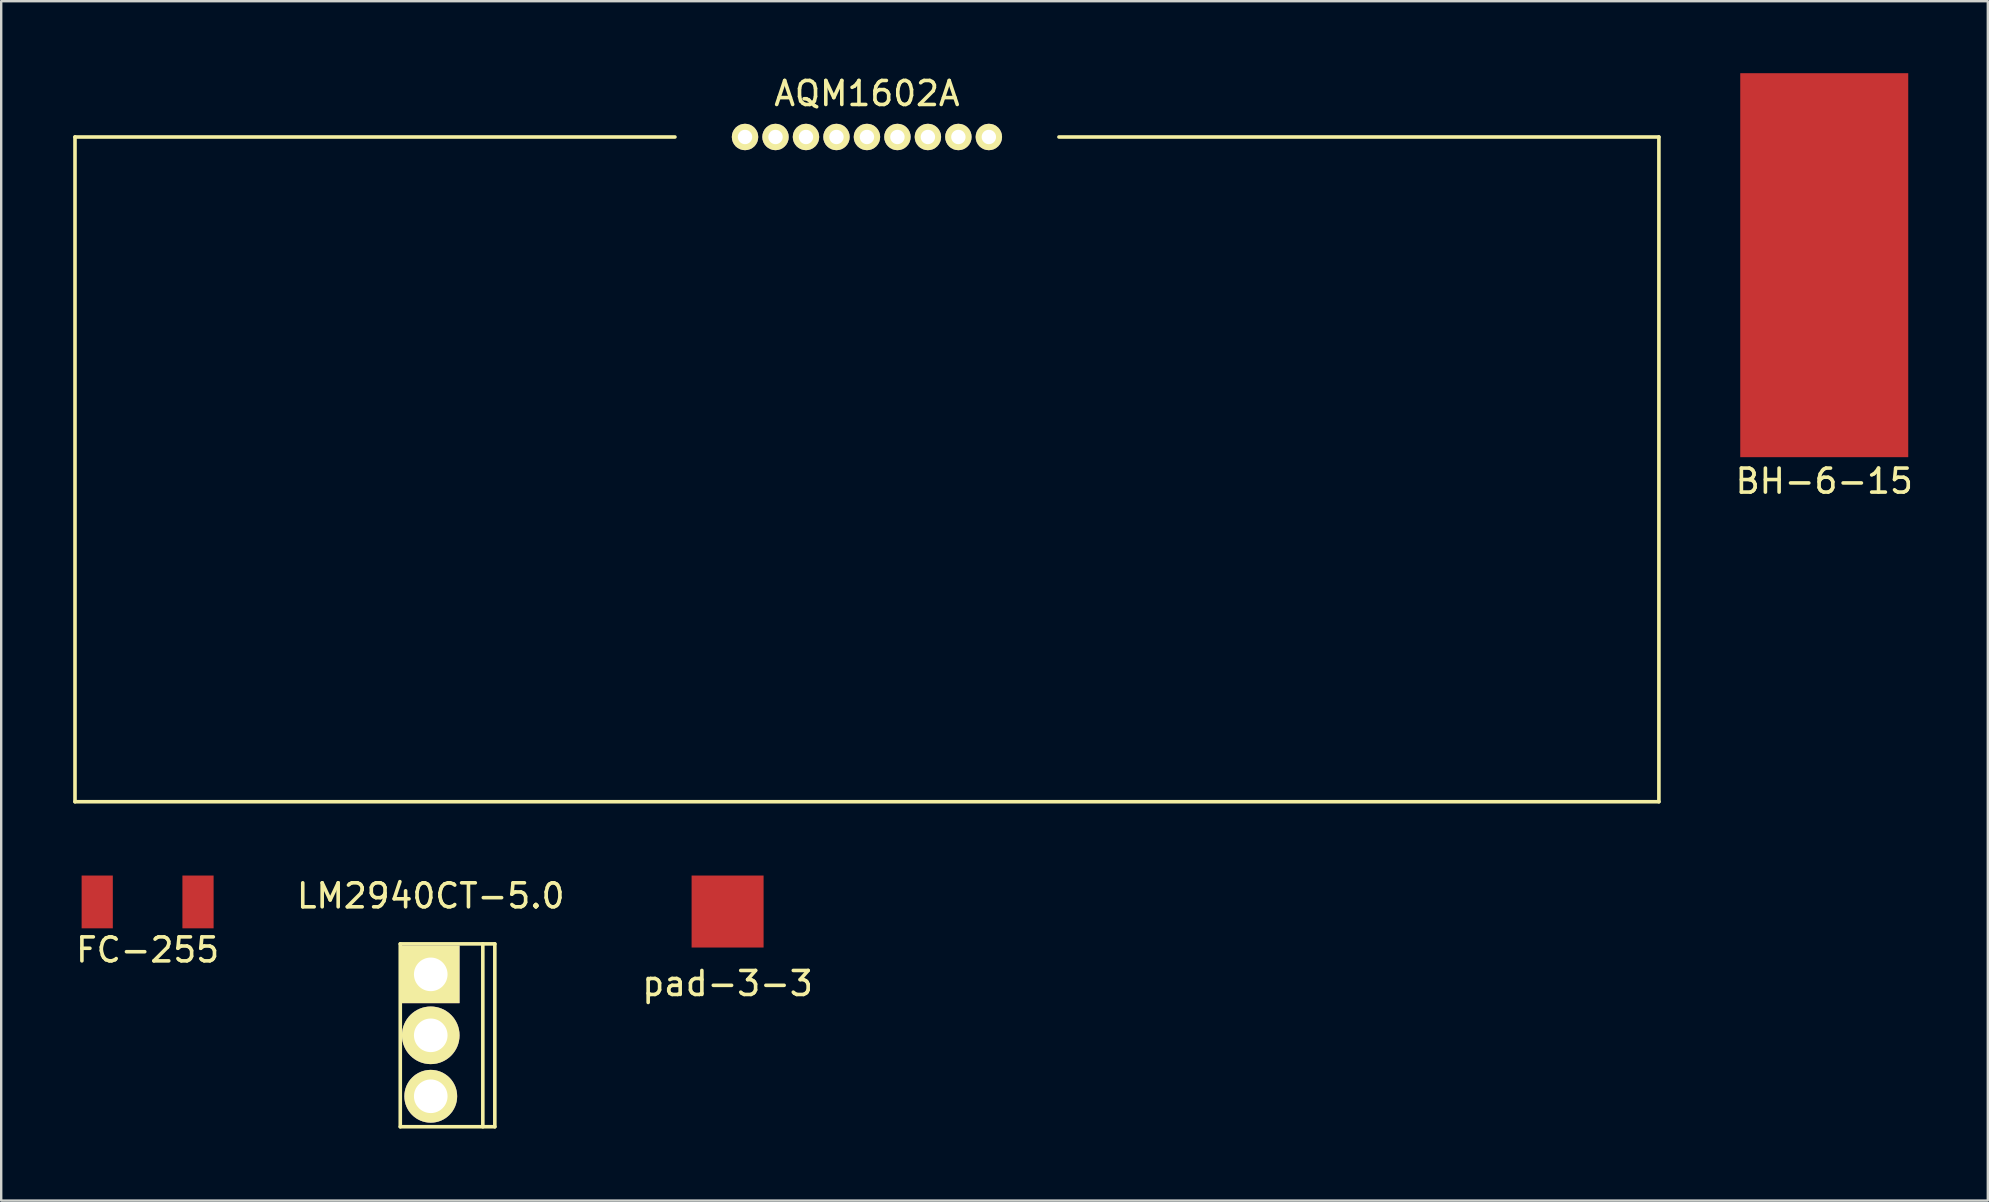
<source format=kicad_pcb>
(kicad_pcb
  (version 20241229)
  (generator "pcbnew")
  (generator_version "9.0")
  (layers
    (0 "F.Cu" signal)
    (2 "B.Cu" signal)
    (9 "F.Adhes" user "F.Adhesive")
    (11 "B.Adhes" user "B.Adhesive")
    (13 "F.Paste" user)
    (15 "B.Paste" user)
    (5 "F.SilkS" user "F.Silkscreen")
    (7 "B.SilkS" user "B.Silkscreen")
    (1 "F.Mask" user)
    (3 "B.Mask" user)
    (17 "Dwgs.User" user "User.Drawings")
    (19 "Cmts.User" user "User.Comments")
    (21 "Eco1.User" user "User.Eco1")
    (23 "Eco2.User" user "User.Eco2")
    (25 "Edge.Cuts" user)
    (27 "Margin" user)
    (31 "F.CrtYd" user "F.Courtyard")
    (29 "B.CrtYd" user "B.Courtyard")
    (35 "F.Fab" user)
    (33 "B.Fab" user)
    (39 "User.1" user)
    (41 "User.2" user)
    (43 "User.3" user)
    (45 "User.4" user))
  (footprint "LM2940CT-5.0"
    (placed yes)
    (layer "F.Cu")
    (at 14.899 37.551)
    (property "Reference" "LM2940CT-5.0" (at 0 -3.27 0) (layer "F.SilkS") (effects (font (size 1 1) (thickness 0.15))))
    (attr through_hole)
    (fp_line (start -1.27 -1.27) (end -1.27 6.35) (stroke (width 0.15) (type solid)) (layer "F.SilkS"))
    (fp_line (start -1.27 -1.27) (end 2.67 -1.27) (stroke (width 0.15) (type solid)) (layer "F.SilkS"))
    (fp_line (start -1.27 6.35) (end 2.67 6.35) (stroke (width 0.15) (type solid)) (layer "F.SilkS"))
    (fp_line (start 2.17 -1.27) (end 2.17 6.35) (stroke (width 0.15) (type solid)) (layer "F.SilkS"))
    (fp_line (start 2.67 -1.27) (end 2.67 6.35) (stroke (width 0.15) (type solid)) (layer "F.SilkS"))
    (pad "1" thru_hole rect (at 0 0) (size 2.4 2.4) (drill 1.4) (layers "*.Cu" "*.Mask" "F.SilkS"))
    (pad "2" thru_hole circle (at 0 2.54) (size 2.4 2.4) (drill 1.4) (layers "*.Cu" "*.Mask" "F.SilkS"))
    (pad "3" thru_hole circle (at 0 5.08) (size 2.2 2.2) (drill 1.4) (layers "*.Cu" "*.Mask" "F.SilkS")))
  (footprint "pad-3-3"
    (layer "F.Cu")
    (at 27.268 34.933)
    (property "Reference" "pad-3-3" (at 0 3 0) (layer "F.SilkS") (effects (font (size 1 1) (thickness 0.15))))
    (attr through_hole)
    (pad "1" smd rect (at 0 0) (size 3 3) (layers "F.Cu" "F.Mask" "F.Paste")))
  (footprint "FC-255"
    (layer "F.Cu")
    (at 3.101 34.533)
    (property "Reference" "FC-255" (at 0 2 0) (layer "F.SilkS") (effects (font (size 1 1) (thickness 0.15))))
    (attr through_hole)
    (pad "1" smd rect (at -2.1 0) (size 1.3 2.2) (layers "F.Cu" "F.Mask" "F.Paste"))
    (pad "2" smd rect (at 2.1 0) (size 1.3 2.2) (layers "F.Cu" "F.Mask" "F.Paste")))
  (footprint "BH-6-15"
    (layer "F.Cu")
    (at 72.965 8)
    (property "Reference" "BH-6-15" (at 0 9 0) (layer "F.SilkS") (effects (font (size 1 1) (thickness 0.15))))
    (attr through_hole)
    (pad "1" smd rect (at 0 0) (size 7 16) (layers "F.Cu" "F.Mask" "F.Paste")))
  (footprint "AQM1602A"
    (layer "F.Cu")
    (at 33.075 2.658)
    (property "Reference" "AQM1602A" (at 0 -1.81 0) (layer "F.SilkS") (effects (font (size 1 1) (thickness 0.15))))
    (attr through_hole)
    (fp_line (start -33 0) (end -33 27.7) (stroke (width 0.15) (type solid)) (layer "F.SilkS"))
    (fp_line (start -33 27.7) (end 33 27.7) (stroke (width 0.15) (type solid)) (layer "F.SilkS"))
    (fp_line (start -8 0) (end -33 0) (stroke (width 0.15) (type solid)) (layer "F.SilkS"))
    (fp_line (start 8 0) (end 33 0) (stroke (width 0.15) (type solid)) (layer "F.SilkS"))
    (fp_line (start 33 0) (end 33 27.7) (stroke (width 0.15) (type solid)) (layer "F.SilkS"))
    (pad "1" thru_hole circle (at -5.08 0) (size 1.1 1.1) (drill 0.6) (layers "*.Cu" "*.Mask" "F.SilkS"))
    (pad "2" thru_hole circle (at -3.81 0) (size 1.1 1.1) (drill 0.6) (layers "*.Cu" "*.Mask" "F.SilkS"))
    (pad "3" thru_hole circle (at -2.54 0) (size 1.1 1.1) (drill 0.6) (layers "*.Cu" "*.Mask" "F.SilkS"))
    (pad "4" thru_hole circle (at -1.27 0) (size 1.1 1.1) (drill 0.6) (layers "*.Cu" "*.Mask" "F.SilkS"))
    (pad "5" thru_hole circle (at 0 0) (size 1.1 1.1) (drill 0.6) (layers "*.Cu" "*.Mask" "F.SilkS"))
    (pad "6" thru_hole circle (at 1.27 0) (size 1.1 1.1) (drill 0.6) (layers "*.Cu" "*.Mask" "F.SilkS"))
    (pad "7" thru_hole circle (at 2.54 0) (size 1.1 1.1) (drill 0.6) (layers "*.Cu" "*.Mask" "F.SilkS"))
    (pad "8" thru_hole circle (at 3.81 0) (size 1.1 1.1) (drill 0.6) (layers "*.Cu" "*.Mask" "F.SilkS"))
    (pad "9" thru_hole circle (at 5.08 0) (size 1.1 1.1) (drill 0.6) (layers "*.Cu" "*.Mask" "F.SilkS")))
  (gr_rect
    (start -3 -3)
    (end 79.781 46.977)
    (stroke (width 0.1) (type default))
    (fill no)
    (layer "Edge.Cuts")))
</source>
